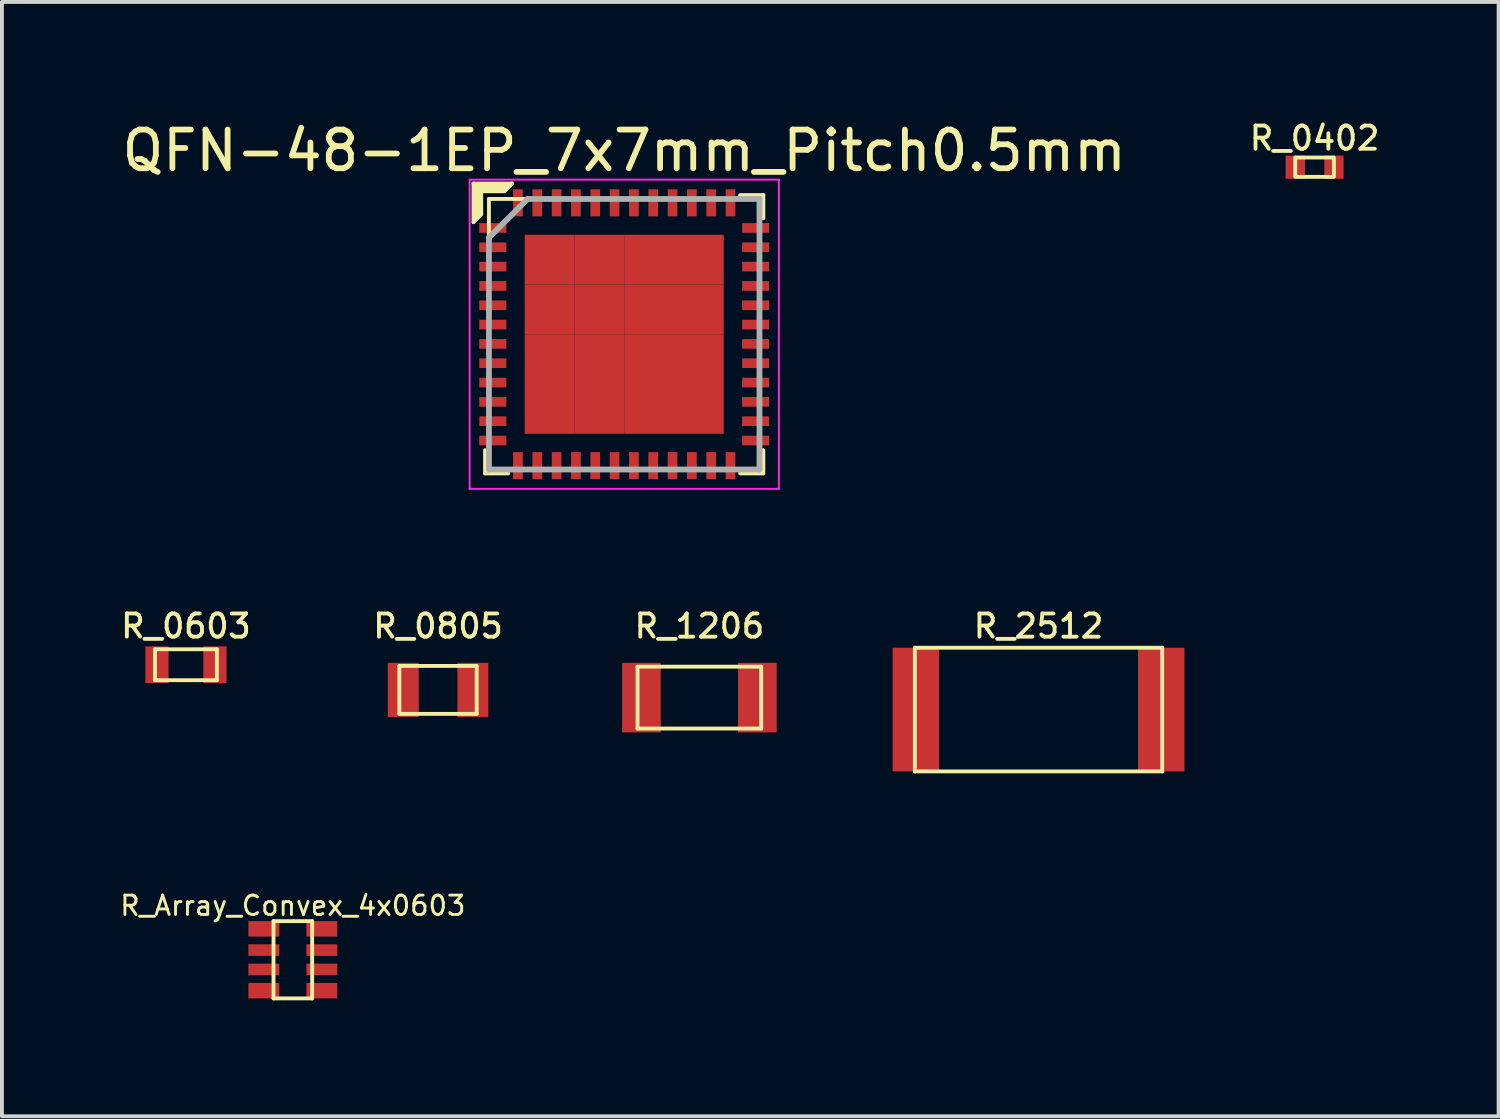
<source format=kicad_pcb>
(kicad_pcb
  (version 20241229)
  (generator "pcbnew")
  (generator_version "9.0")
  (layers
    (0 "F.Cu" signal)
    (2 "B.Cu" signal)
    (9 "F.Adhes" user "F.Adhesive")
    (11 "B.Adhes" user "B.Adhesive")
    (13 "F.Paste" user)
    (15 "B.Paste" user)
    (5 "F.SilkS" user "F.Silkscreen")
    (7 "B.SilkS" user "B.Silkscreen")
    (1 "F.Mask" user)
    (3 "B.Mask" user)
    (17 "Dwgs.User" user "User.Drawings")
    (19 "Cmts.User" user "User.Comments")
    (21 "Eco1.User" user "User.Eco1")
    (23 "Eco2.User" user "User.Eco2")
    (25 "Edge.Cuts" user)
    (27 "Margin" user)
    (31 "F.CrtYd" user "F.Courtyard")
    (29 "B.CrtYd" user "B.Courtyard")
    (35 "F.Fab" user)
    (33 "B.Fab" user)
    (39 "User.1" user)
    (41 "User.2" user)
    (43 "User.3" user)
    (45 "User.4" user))
  (footprint "R_1206"
    (layer "F.Cu")
    (at 15.046 15)
    (property "Reference" "R_1206" (at 0 -1.85 0) (layer "F.SilkS") (effects (font (size 0.6 0.6) (thickness 0.1))))
    (attr smd)
    (fp_line (start -1.6 -0.8) (end -1.6 0.8) (stroke (width 0.1) (type solid)) (layer "F.SilkS"))
    (fp_line (start -1.6 0.8) (end 1.6 0.8) (stroke (width 0.1) (type solid)) (layer "F.SilkS"))
    (fp_line (start 1.6 -0.8) (end -1.6 -0.8) (stroke (width 0.1) (type solid)) (layer "F.SilkS"))
    (fp_line (start 1.6 0.8) (end 1.6 -0.8) (stroke (width 0.1) (type solid)) (layer "F.SilkS"))
    (pad "1" smd rect (at -1.5 0) (size 1 1.8) (layers "F.Cu" "F.Mask" "F.Paste"))
    (pad "2" smd rect (at 1.5 0) (size 1 1.8) (layers "F.Cu" "F.Mask" "F.Paste")))
  (footprint "QFN-48-1EP_7x7mm_Pitch0.5mm"
    (layer "F.Cu")
    (at 13.101 5.598)
    (property "Reference" "QFN-48-1EP_7x7mm_Pitch0.5mm" (at 0 -4.75 0) (layer "F.SilkS") (effects (font (size 1 1) (thickness 0.15))))
    (attr smd)
    (fp_line (start -3.9 -3.9) (end -3.9 -2.9) (stroke (width 0.1) (type solid)) (layer "F.SilkS"))
    (fp_line (start -3.85 -3.85) (end -2.95 -3.85) (stroke (width 0.1) (type solid)) (layer "F.SilkS"))
    (fp_line (start -3.85 -2.95) (end -3.85 -3.85) (stroke (width 0.1) (type solid)) (layer "F.SilkS"))
    (fp_line (start -3.8 -3.8) (end -3.8 -3) (stroke (width 0.1) (type solid)) (layer "F.SilkS"))
    (fp_line (start -3.75 -3.75) (end -3.05 -3.75) (stroke (width 0.1) (type solid)) (layer "F.SilkS"))
    (fp_line (start -3.75 -3.05) (end -3.75 -3.75) (stroke (width 0.1) (type solid)) (layer "F.SilkS"))
    (fp_line (start -3.7 -3.7) (end -3.7 -3.1) (stroke (width 0.1) (type solid)) (layer "F.SilkS"))
    (fp_line (start -3.7 -3.1) (end -3.9 -2.9) (stroke (width 0.1) (type solid)) (layer "F.SilkS"))
    (fp_line (start -3.6 3.6) (end -3.6 3) (stroke (width 0.1) (type solid)) (layer "F.SilkS"))
    (fp_line (start -3.5 -3.5) (end -3.5 3.5) (stroke (width 0.1) (type solid)) (layer "F.SilkS"))
    (fp_line (start -3.5 3.5) (end 3.5 3.5) (stroke (width 0.1) (type solid)) (layer "F.SilkS"))
    (fp_line (start -3.1 -3.7) (end -3.7 -3.7) (stroke (width 0.1) (type solid)) (layer "F.SilkS"))
    (fp_line (start -3 -3.8) (end -3.8 -3.8) (stroke (width 0.1) (type solid)) (layer "F.SilkS"))
    (fp_line (start -3 3.6) (end -3.6 3.6) (stroke (width 0.1) (type solid)) (layer "F.SilkS"))
    (fp_line (start -2.9 -3.9) (end -3.9 -3.9) (stroke (width 0.1) (type solid)) (layer "F.SilkS"))
    (fp_line (start -2.9 -3.9) (end -3.1 -3.7) (stroke (width 0.1) (type solid)) (layer "F.SilkS"))
    (fp_line (start 3 -3.6) (end 3.6 -3.6) (stroke (width 0.1) (type solid)) (layer "F.SilkS"))
    (fp_line (start 3 -3.55) (end 3.55 -3.55) (stroke (width 0.1) (type solid)) (layer "F.SilkS"))
    (fp_line (start 3.5 -3.5) (end -3.5 -3.5) (stroke (width 0.1) (type solid)) (layer "F.SilkS"))
    (fp_line (start 3.5 3.5) (end 3.5 -3.5) (stroke (width 0.1) (type solid)) (layer "F.SilkS"))
    (fp_line (start 3.55 -3.55) (end 3.55 -3) (stroke (width 0.1) (type solid)) (layer "F.SilkS"))
    (fp_line (start 3.6 -3.6) (end 3.6 -3) (stroke (width 0.1) (type solid)) (layer "F.SilkS"))
    (fp_line (start 3.6 3) (end 3.6 3.6) (stroke (width 0.1) (type solid)) (layer "F.SilkS"))
    (fp_line (start 3.6 3.6) (end 3 3.6) (stroke (width 0.1) (type solid)) (layer "F.SilkS"))
    (fp_line (start -4 -4) (end -4 4) (stroke (width 0.05) (type solid)) (layer "F.CrtYd"))
    (fp_line (start -4 -4) (end 4 -4) (stroke (width 0.05) (type solid)) (layer "F.CrtYd"))
    (fp_line (start -4 4) (end 4 4) (stroke (width 0.05) (type solid)) (layer "F.CrtYd"))
    (fp_line (start 4 -4) (end 4 4) (stroke (width 0.05) (type solid)) (layer "F.CrtYd"))
    (fp_line (start -3.5 -2.5) (end -2.5 -3.5) (stroke (width 0.15) (type solid)) (layer "F.Fab"))
    (fp_line (start -3.5 3.5) (end -3.5 -2.5) (stroke (width 0.15) (type solid)) (layer "F.Fab"))
    (fp_line (start -2.5 -3.5) (end 3.5 -3.5) (stroke (width 0.15) (type solid)) (layer "F.Fab"))
    (fp_line (start 3.5 -3.5) (end 3.5 3.5) (stroke (width 0.15) (type solid)) (layer "F.Fab"))
    (fp_line (start 3.5 3.5) (end -3.5 3.5) (stroke (width 0.15) (type solid)) (layer "F.Fab"))
    (pad "1" smd rect (at -3.4 -2.75) (size 0.7 0.25) (layers "F.Cu" "F.Mask" "F.Paste"))
    (pad "2" smd rect (at -3.4 -2.25) (size 0.7 0.25) (layers "F.Cu" "F.Mask" "F.Paste"))
    (pad "3" smd rect (at -3.4 -1.75) (size 0.7 0.25) (layers "F.Cu" "F.Mask" "F.Paste"))
    (pad "4" smd rect (at -3.4 -1.25) (size 0.7 0.25) (layers "F.Cu" "F.Mask" "F.Paste"))
    (pad "5" smd rect (at -3.4 -0.75) (size 0.7 0.25) (layers "F.Cu" "F.Mask" "F.Paste"))
    (pad "6" smd rect (at -3.4 -0.25) (size 0.7 0.25) (layers "F.Cu" "F.Mask" "F.Paste"))
    (pad "7" smd rect (at -3.4 0.25) (size 0.7 0.25) (layers "F.Cu" "F.Mask" "F.Paste"))
    (pad "8" smd rect (at -3.4 0.75) (size 0.7 0.25) (layers "F.Cu" "F.Mask" "F.Paste"))
    (pad "9" smd rect (at -3.4 1.25) (size 0.7 0.25) (layers "F.Cu" "F.Mask" "F.Paste"))
    (pad "10" smd rect (at -3.4 1.75) (size 0.7 0.25) (layers "F.Cu" "F.Mask" "F.Paste"))
    (pad "11" smd rect (at -3.4 2.25) (size 0.7 0.25) (layers "F.Cu" "F.Mask" "F.Paste"))
    (pad "12" smd rect (at -3.4 2.75) (size 0.7 0.25) (layers "F.Cu" "F.Mask" "F.Paste"))
    (pad "13" smd rect (at -2.75 3.4 90) (size 0.7 0.25) (layers "F.Cu" "F.Mask" "F.Paste"))
    (pad "14" smd rect (at -2.25 3.4 90) (size 0.7 0.25) (layers "F.Cu" "F.Mask" "F.Paste"))
    (pad "15" smd rect (at -1.75 3.4 90) (size 0.7 0.25) (layers "F.Cu" "F.Mask" "F.Paste"))
    (pad "16" smd rect (at -1.25 3.4 90) (size 0.7 0.25) (layers "F.Cu" "F.Mask" "F.Paste"))
    (pad "17" smd rect (at -0.75 3.4 90) (size 0.7 0.25) (layers "F.Cu" "F.Mask" "F.Paste"))
    (pad "18" smd rect (at -0.25 3.4 90) (size 0.7 0.25) (layers "F.Cu" "F.Mask" "F.Paste"))
    (pad "19" smd rect (at 0.25 3.4 90) (size 0.7 0.25) (layers "F.Cu" "F.Mask" "F.Paste"))
    (pad "20" smd rect (at 0.75 3.4 90) (size 0.7 0.25) (layers "F.Cu" "F.Mask" "F.Paste"))
    (pad "21" smd rect (at 1.25 3.4 90) (size 0.7 0.25) (layers "F.Cu" "F.Mask" "F.Paste"))
    (pad "22" smd rect (at 1.75 3.4 90) (size 0.7 0.25) (layers "F.Cu" "F.Mask" "F.Paste"))
    (pad "23" smd rect (at 2.25 3.4 90) (size 0.7 0.25) (layers "F.Cu" "F.Mask" "F.Paste"))
    (pad "24" smd rect (at 2.75 3.4 90) (size 0.7 0.25) (layers "F.Cu" "F.Mask" "F.Paste"))
    (pad "25" smd rect (at 3.4 2.75) (size 0.7 0.25) (layers "F.Cu" "F.Mask" "F.Paste"))
    (pad "26" smd rect (at 3.4 2.25) (size 0.7 0.25) (layers "F.Cu" "F.Mask" "F.Paste"))
    (pad "27" smd rect (at 3.4 1.75) (size 0.7 0.25) (layers "F.Cu" "F.Mask" "F.Paste"))
    (pad "28" smd rect (at 3.4 1.25) (size 0.7 0.25) (layers "F.Cu" "F.Mask" "F.Paste"))
    (pad "29" smd rect (at 3.4 0.75) (size 0.7 0.25) (layers "F.Cu" "F.Mask" "F.Paste"))
    (pad "30" smd rect (at 3.4 0.25) (size 0.7 0.25) (layers "F.Cu" "F.Mask" "F.Paste"))
    (pad "31" smd rect (at 3.4 -0.25) (size 0.7 0.25) (layers "F.Cu" "F.Mask" "F.Paste"))
    (pad "32" smd rect (at 3.4 -0.75) (size 0.7 0.25) (layers "F.Cu" "F.Mask" "F.Paste"))
    (pad "33" smd rect (at 3.4 -1.25) (size 0.7 0.25) (layers "F.Cu" "F.Mask" "F.Paste"))
    (pad "34" smd rect (at 3.4 -1.75) (size 0.7 0.25) (layers "F.Cu" "F.Mask" "F.Paste"))
    (pad "35" smd rect (at 3.4 -2.25) (size 0.7 0.25) (layers "F.Cu" "F.Mask" "F.Paste"))
    (pad "36" smd rect (at 3.4 -2.75) (size 0.7 0.25) (layers "F.Cu" "F.Mask" "F.Paste"))
    (pad "37" smd rect (at 2.75 -3.4 90) (size 0.7 0.25) (layers "F.Cu" "F.Mask" "F.Paste"))
    (pad "38" smd rect (at 2.25 -3.4 90) (size 0.7 0.25) (layers "F.Cu" "F.Mask" "F.Paste"))
    (pad "39" smd rect (at 1.75 -3.4 90) (size 0.7 0.25) (layers "F.Cu" "F.Mask" "F.Paste"))
    (pad "40" smd rect (at 1.25 -3.4 90) (size 0.7 0.25) (layers "F.Cu" "F.Mask" "F.Paste"))
    (pad "41" smd rect (at 0.75 -3.4 90) (size 0.7 0.25) (layers "F.Cu" "F.Mask" "F.Paste"))
    (pad "42" smd rect (at 0.25 -3.4 90) (size 0.7 0.25) (layers "F.Cu" "F.Mask" "F.Paste"))
    (pad "43" smd rect (at -0.25 -3.4 90) (size 0.7 0.25) (layers "F.Cu" "F.Mask" "F.Paste"))
    (pad "44" smd rect (at -0.75 -3.4 90) (size 0.7 0.25) (layers "F.Cu" "F.Mask" "F.Paste"))
    (pad "45" smd rect (at -1.25 -3.4 90) (size 0.7 0.25) (layers "F.Cu" "F.Mask" "F.Paste"))
    (pad "46" smd rect (at -1.75 -3.4 90) (size 0.7 0.25) (layers "F.Cu" "F.Mask" "F.Paste"))
    (pad "47" smd rect (at -2.25 -3.4 90) (size 0.7 0.25) (layers "F.Cu" "F.Mask" "F.Paste"))
    (pad "48" smd rect (at -2.75 -3.4 90) (size 0.7 0.25) (layers "F.Cu" "F.Mask" "F.Paste"))
    (pad "49" smd rect (at -1.931 -1.931) (size 1.288 1.288) (layers "F.Cu" "F.Mask" "F.Paste"))
    (pad "49" smd rect (at -1.931 -0.644) (size 1.288 1.288) (layers "F.Cu" "F.Mask" "F.Paste"))
    (pad "49" smd rect (at -1.931 0.644) (size 1.288 1.288) (layers "F.Cu" "F.Mask" "F.Paste"))
    (pad "49" smd rect (at -1.931 1.931) (size 1.288 1.288) (layers "F.Cu" "F.Mask" "F.Paste"))
    (pad "49" smd rect (at -0.644 -1.931) (size 1.288 1.288) (layers "F.Cu" "F.Mask" "F.Paste"))
    (pad "49" smd rect (at -0.644 -0.644) (size 1.288 1.288) (layers "F.Cu" "F.Mask" "F.Paste"))
    (pad "49" smd rect (at -0.644 0.644) (size 1.288 1.288) (layers "F.Cu" "F.Mask" "F.Paste"))
    (pad "49" smd rect (at -0.644 1.931) (size 1.288 1.288) (layers "F.Cu" "F.Mask" "F.Paste"))
    (pad "49" smd rect (at 0.644 -1.931) (size 1.288 1.288) (layers "F.Cu" "F.Mask" "F.Paste"))
    (pad "49" smd rect (at 0.644 -0.644) (size 1.288 1.288) (layers "F.Cu" "F.Mask" "F.Paste"))
    (pad "49" smd rect (at 0.644 0.644) (size 1.288 1.288) (layers "F.Cu" "F.Mask" "F.Paste"))
    (pad "49" smd rect (at 0.644 1.931) (size 1.288 1.288) (layers "F.Cu" "F.Mask" "F.Paste"))
    (pad "49" smd rect (at 1.931 -1.931) (size 1.288 1.288) (layers "F.Cu" "F.Mask" "F.Paste"))
    (pad "49" smd rect (at 1.931 -0.644) (size 1.288 1.288) (layers "F.Cu" "F.Mask" "F.Paste"))
    (pad "49" smd rect (at 1.931 0.644) (size 1.288 1.288) (layers "F.Cu" "F.Mask" "F.Paste"))
    (pad "49" smd rect (at 1.931 1.931) (size 1.288 1.288) (layers "F.Cu" "F.Mask" "F.Paste")))
  (footprint "R_2512"
    (layer "F.Cu")
    (at 23.821 15.309)
    (property "Reference" "R_2512" (at 0 -2.159 0) (layer "F.SilkS") (effects (font (size 0.6 0.6) (thickness 0.1))))
    (attr smd)
    (fp_line (start -3.2 -1.6) (end -3.2 1.6) (stroke (width 0.1) (type solid)) (layer "F.SilkS"))
    (fp_line (start -3.2 1.6) (end 3.2 1.6) (stroke (width 0.1) (type solid)) (layer "F.SilkS"))
    (fp_line (start 3.2 -1.6) (end -3.2 -1.6) (stroke (width 0.1) (type solid)) (layer "F.SilkS"))
    (fp_line (start 3.2 1.6) (end 3.2 -1.6) (stroke (width 0.1) (type solid)) (layer "F.SilkS"))
    (pad "1" smd rect (at -3.175 0) (size 1.2 3.2) (layers "F.Cu" "F.Mask" "F.Paste"))
    (pad "2" smd rect (at 3.175 0) (size 1.2 3.2) (layers "F.Cu" "F.Mask" "F.Paste")))
  (footprint "R_0603"
    (layer "F.Cu")
    (at 1.761 14.15)
    (property "Reference" "R_0603" (at 0 -1 0) (layer "F.SilkS") (effects (font (size 0.6 0.6) (thickness 0.1))))
    (attr smd)
    (fp_line (start -0.8 -0.4) (end -0.8 0.4) (stroke (width 0.1) (type solid)) (layer "F.SilkS"))
    (fp_line (start -0.8 0.4) (end 0.8 0.4) (stroke (width 0.1) (type solid)) (layer "F.SilkS"))
    (fp_line (start 0.8 -0.4) (end -0.8 -0.4) (stroke (width 0.1) (type solid)) (layer "F.SilkS"))
    (fp_line (start 0.8 0.4) (end 0.8 -0.4) (stroke (width 0.1) (type solid)) (layer "F.SilkS"))
    (pad "1" smd rect (at -0.75 0) (size 0.6 0.95) (layers "F.Cu" "F.Mask" "F.Paste"))
    (pad "2" smd rect (at 0.75 0) (size 0.6 0.95) (layers "F.Cu" "F.Mask" "F.Paste")))
  (footprint "R_0402"
    (layer "F.Cu")
    (at 30.964 1.276)
    (property "Reference" "R_0402" (at 0 -0.75 0) (layer "F.SilkS") (effects (font (size 0.6 0.6) (thickness 0.1))))
    (attr smd)
    (fp_rect (start -0.5 -0.25) (end 0.5 0.25) (stroke (width 0.1) (type solid)) (fill no) (layer "F.SilkS"))
    (pad "1" smd rect (at -0.5 0) (size 0.5 0.6) (layers "F.Cu" "F.Mask" "F.Paste"))
    (pad "2" smd rect (at 0.5 0) (size 0.5 0.6) (layers "F.Cu" "F.Mask" "F.Paste")))
  (footprint "R_Array_Convex_4x0603"
    (layer "F.Cu")
    (at 4.527 21.783)
    (property "Reference" "R_Array_Convex_4x0603" (at 0 -1.4 0) (layer "F.SilkS") (effects (font (size 0.5 0.5) (thickness 0.075))))
    (attr smd)
    (fp_line (start -0.5 -1) (end -0.5 1) (stroke (width 0.1) (type solid)) (layer "F.SilkS"))
    (fp_line (start -0.5 1) (end 0.5 1) (stroke (width 0.1) (type solid)) (layer "F.SilkS"))
    (fp_line (start 0.5 -1) (end -0.5 -1) (stroke (width 0.1) (type solid)) (layer "F.SilkS"))
    (fp_line (start 0.5 1) (end 0.5 -1) (stroke (width 0.1) (type solid)) (layer "F.SilkS"))
    (pad "1" smd rect (at -0.75 -0.8) (size 0.8 0.4) (layers "F.Cu" "F.Mask" "F.Paste"))
    (pad "2" smd rect (at -0.75 -0.25) (size 0.8 0.3) (layers "F.Cu" "F.Mask" "F.Paste"))
    (pad "3" smd rect (at -0.75 0.25) (size 0.8 0.3) (layers "F.Cu" "F.Mask" "F.Paste"))
    (pad "4" smd rect (at -0.75 0.8) (size 0.8 0.4) (layers "F.Cu" "F.Mask" "F.Paste"))
    (pad "5" smd rect (at 0.75 0.8) (size 0.8 0.4) (layers "F.Cu" "F.Mask" "F.Paste"))
    (pad "6" smd rect (at 0.75 0.25) (size 0.8 0.3) (layers "F.Cu" "F.Mask" "F.Paste"))
    (pad "7" smd rect (at 0.75 -0.25) (size 0.8 0.3) (layers "F.Cu" "F.Mask" "F.Paste"))
    (pad "8" smd rect (at 0.75 -0.8) (size 0.8 0.4) (layers "F.Cu" "F.Mask" "F.Paste")))
  (footprint "R_0805"
    (layer "F.Cu")
    (at 8.284 14.8)
    (property "Reference" "R_0805" (at 0 -1.65 0) (layer "F.SilkS") (effects (font (size 0.6 0.6) (thickness 0.1))))
    (attr smd)
    (fp_line (start -1 -0.62) (end 1 -0.62) (stroke (width 0.1) (type solid)) (layer "F.SilkS"))
    (fp_line (start -1 0.62) (end -1 -0.62) (stroke (width 0.1) (type solid)) (layer "F.SilkS"))
    (fp_line (start 1 -0.62) (end 1 0.62) (stroke (width 0.1) (type solid)) (layer "F.SilkS"))
    (fp_line (start 1 0.62) (end -1 0.62) (stroke (width 0.1) (type solid)) (layer "F.SilkS"))
    (pad "1" smd rect (at -0.9 0) (size 0.8 1.4) (layers "F.Cu" "F.Mask" "F.Paste"))
    (pad "2" smd rect (at 0.9 0) (size 0.8 1.4) (layers "F.Cu" "F.Mask" "F.Paste")))
  (gr_rect
    (start -3 -3)
    (end 35.725 25.833)
    (stroke (width 0.1) (type default))
    (fill no)
    (layer "Edge.Cuts")))
</source>
